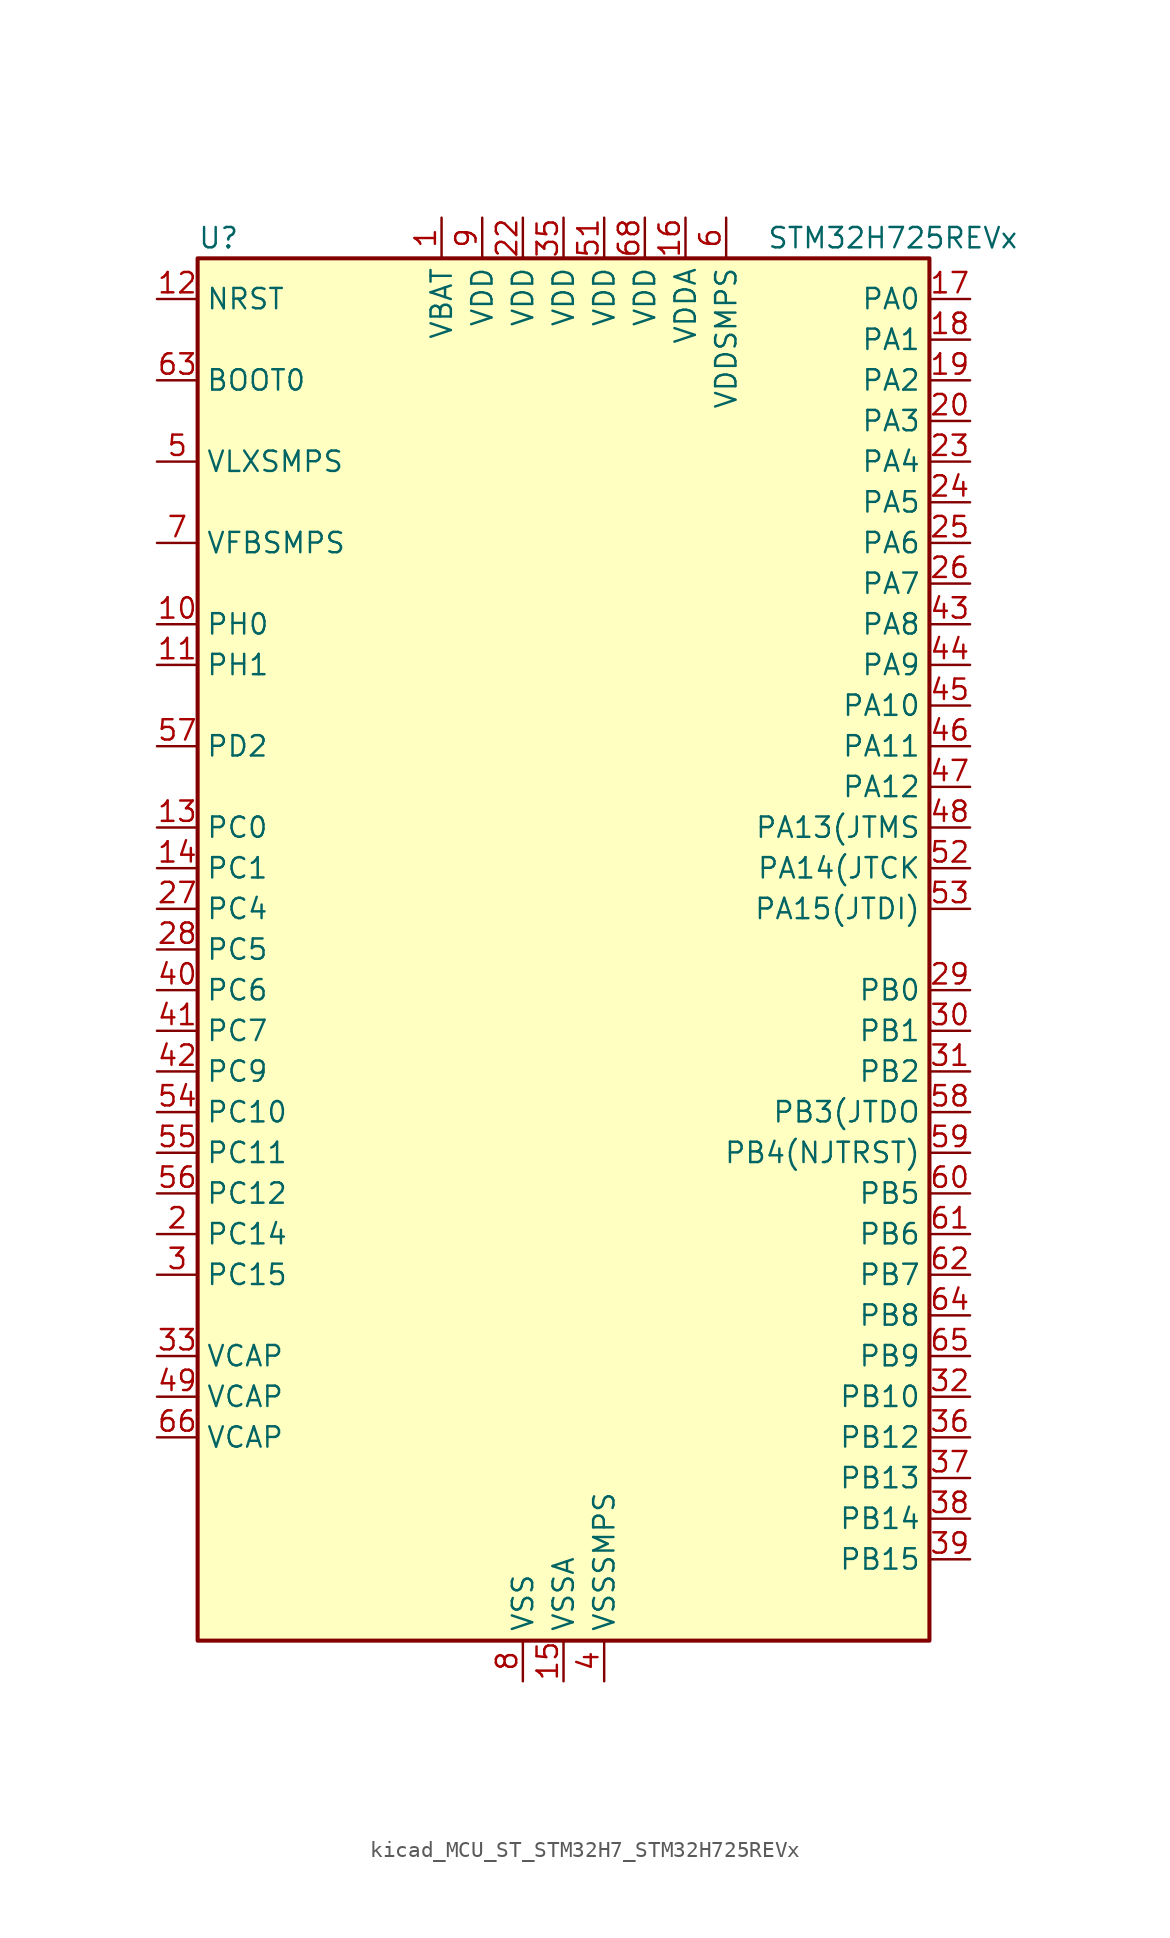
<source format=kicad_sym>
(kicad_symbol_lib
  (version 20220914)
  (generator kicad_symbol_editor)
  (symbol "kicad_MCU_ST_STM32H7_STM32H725REVx"
    (property "Reference" "U"
      (at -22.86 44.45 0)
      (effects (font (size 1.27 1.27)) (justify left)))
    (property "Value" "STM32H725REVx"
      (at 12.7 44.45 0)
      (effects (font (size 1.27 1.27)) (justify left)))
    (property "ki_locked" ""
      (at 0 0 0)
      (effects (font (size 1.27 1.27))))
    (symbol "kicad_MCU_ST_STM32H7_STM32H725REVx_0_1"
      (rectangle (start -22.86 -43.18) (end 22.86 43.18) (stroke (width 0.254) (type default)) (fill (type background))))
    (symbol "kicad_MCU_ST_STM32H7_STM32H725REVx_1_1"
      (pin power_in line (at -7.62 45.72 270) (length 2.54) (name "VBAT" (effects (font (size 1.27 1.27)))) (number "1" (effects (font (size 1.27 1.27)))))
      (pin bidirectional line (at -25.4 20.32 0) (length 2.54) (name "PH0" (effects (font (size 1.27 1.27)))) (number "10" (effects (font (size 1.27 1.27)))) (alternate "RCC_OSC_IN" bidirectional line))
      (pin bidirectional line (at -25.4 17.78 0) (length 2.54) (name "PH1" (effects (font (size 1.27 1.27)))) (number "11" (effects (font (size 1.27 1.27)))) (alternate "RCC_OSC_OUT" bidirectional line))
      (pin input line (at -25.4 40.64 0) (length 2.54) (name "NRST" (effects (font (size 1.27 1.27)))) (number "12" (effects (font (size 1.27 1.27)))))
      (pin bidirectional line (at -25.4 7.62 0) (length 2.54) (name "PC0" (effects (font (size 1.27 1.27)))) (number "13" (effects (font (size 1.27 1.27)))) (alternate "ADC1_INP10" bidirectional line) (alternate "ADC2_INP10" bidirectional line) (alternate "ADC3_INP10" bidirectional line) (alternate "DFSDM1_CKIN0" bidirectional line) (alternate "DFSDM1_DATIN4" bidirectional line) (alternate "LTDC_G2" bidirectional line) (alternate "LTDC_R5" bidirectional line) (alternate "SAI4_FS_B" bidirectional line) (alternate "USB_OTG_HS_ULPI_STP" bidirectional line))
      (pin bidirectional line (at -25.4 5.08 0) (length 2.54) (name "PC1" (effects (font (size 1.27 1.27)))) (number "14" (effects (font (size 1.27 1.27)))) (alternate "ADC1_INN10" bidirectional line) (alternate "ADC1_INP11" bidirectional line) (alternate "ADC2_INN10" bidirectional line) (alternate "ADC2_INP11" bidirectional line) (alternate "ADC3_INN10" bidirectional line) (alternate "ADC3_INP11" bidirectional line) (alternate "DEBUG_TRACED0" bidirectional line) (alternate "DFSDM1_CKIN4" bidirectional line) (alternate "DFSDM1_DATIN0" bidirectional line) (alternate "I2S2_SDO" bidirectional line) (alternate "LTDC_G5" bidirectional line) (alternate "MDIOS_MDC" bidirectional line) (alternate "OCTOSPIM_P1_IO4" bidirectional line) (alternate "PWR_WKUP6" bidirectional line) (alternate "RTC_TAMP3" bidirectional line) (alternate "SAI4_D1" bidirectional line) (alternate "SAI4_SD_A" bidirectional line) (alternate "SDMMC2_CK" bidirectional line) (alternate "SPI2_MOSI" bidirectional line))
      (pin power_in line (at 0 -45.72 90) (length 2.54) (name "VSSA" (effects (font (size 1.27 1.27)))) (number "15" (effects (font (size 1.27 1.27)))))
      (pin power_in line (at 7.62 45.72 270) (length 2.54) (name "VDDA" (effects (font (size 1.27 1.27)))) (number "16" (effects (font (size 1.27 1.27)))))
      (pin bidirectional line (at 25.4 40.64 180) (length 2.54) (name "PA0" (effects (font (size 1.27 1.27)))) (number "17" (effects (font (size 1.27 1.27)))) (alternate "ADC1_INP16" bidirectional line) (alternate "I2S6_WS" bidirectional line) (alternate "PWR_WKUP1" bidirectional line) (alternate "SAI4_SD_B" bidirectional line) (alternate "SDMMC2_CMD" bidirectional line) (alternate "SPI6_NSS" bidirectional line) (alternate "TIM15_BKIN" bidirectional line) (alternate "TIM2_CH1" bidirectional line) (alternate "TIM2_ETR" bidirectional line) (alternate "TIM5_CH1" bidirectional line) (alternate "TIM8_ETR" bidirectional line) (alternate "UART4_TX" bidirectional line) (alternate "USART2_CTS" bidirectional line) (alternate "USART2_NSS" bidirectional line))
      (pin bidirectional line (at 25.4 38.1 180) (length 2.54) (name "PA1" (effects (font (size 1.27 1.27)))) (number "18" (effects (font (size 1.27 1.27)))) (alternate "ADC1_INN16" bidirectional line) (alternate "ADC1_INP17" bidirectional line) (alternate "LPTIM3_OUT" bidirectional line) (alternate "LTDC_R2" bidirectional line) (alternate "OCTOSPIM_P1_DQS" bidirectional line) (alternate "OCTOSPIM_P1_IO3" bidirectional line) (alternate "SAI4_MCLK_B" bidirectional line) (alternate "TIM15_CH1N" bidirectional line) (alternate "TIM2_CH2" bidirectional line) (alternate "TIM5_CH2" bidirectional line) (alternate "UART4_RX" bidirectional line) (alternate "USART2_DE" bidirectional line) (alternate "USART2_RTS" bidirectional line))
      (pin bidirectional line (at 25.4 35.56 180) (length 2.54) (name "PA2" (effects (font (size 1.27 1.27)))) (number "19" (effects (font (size 1.27 1.27)))) (alternate "ADC1_INP14" bidirectional line) (alternate "ADC2_INP14" bidirectional line) (alternate "LPTIM4_OUT" bidirectional line) (alternate "LTDC_R1" bidirectional line) (alternate "MDIOS_MDIO" bidirectional line) (alternate "OCTOSPIM_P1_IO0" bidirectional line) (alternate "PWR_WKUP2" bidirectional line) (alternate "SAI4_SCK_B" bidirectional line) (alternate "TIM15_CH1" bidirectional line) (alternate "TIM2_CH3" bidirectional line) (alternate "TIM5_CH3" bidirectional line) (alternate "USART2_TX" bidirectional line))
      (pin bidirectional line (at -25.4 -17.78 0) (length 2.54) (name "PC14" (effects (font (size 1.27 1.27)))) (number "2" (effects (font (size 1.27 1.27)))) (alternate "RCC_OSC32_IN" bidirectional line))
      (pin bidirectional line (at 25.4 33.02 180) (length 2.54) (name "PA3" (effects (font (size 1.27 1.27)))) (number "20" (effects (font (size 1.27 1.27)))) (alternate "ADC1_INP15" bidirectional line) (alternate "ADC2_INP15" bidirectional line) (alternate "I2S6_MCK" bidirectional line) (alternate "LPTIM5_OUT" bidirectional line) (alternate "LTDC_B2" bidirectional line) (alternate "LTDC_B5" bidirectional line) (alternate "OCTOSPIM_P1_CLK" bidirectional line) (alternate "OCTOSPIM_P1_IO2" bidirectional line) (alternate "TIM15_CH2" bidirectional line) (alternate "TIM2_CH4" bidirectional line) (alternate "TIM5_CH4" bidirectional line) (alternate "USART2_RX" bidirectional line) (alternate "USB_OTG_HS_ULPI_D0" bidirectional line))
      (pin passive line (at -2.54 -45.72 90) (length 2.54) hide (name "VSS" (effects (font (size 1.27 1.27)))) (number "21" (effects (font (size 1.27 1.27)))))
      (pin power_in line (at -2.54 45.72 270) (length 2.54) (name "VDD" (effects (font (size 1.27 1.27)))) (number "22" (effects (font (size 1.27 1.27)))))
      (pin bidirectional line (at 25.4 30.48 180) (length 2.54) (name "PA4" (effects (font (size 1.27 1.27)))) (number "23" (effects (font (size 1.27 1.27)))) (alternate "ADC1_INP18" bidirectional line) (alternate "ADC2_INP18" bidirectional line) (alternate "DAC1_OUT1" bidirectional line) (alternate "DCMI_HSYNC" bidirectional line) (alternate "I2S1_WS" bidirectional line) (alternate "I2S3_WS" bidirectional line) (alternate "I2S6_WS" bidirectional line) (alternate "LTDC_VSYNC" bidirectional line) (alternate "PSSI_DE" bidirectional line) (alternate "SPI1_NSS" bidirectional line) (alternate "SPI3_NSS" bidirectional line) (alternate "SPI6_NSS" bidirectional line) (alternate "TIM5_ETR" bidirectional line) (alternate "USART2_CK" bidirectional line))
      (pin bidirectional line (at 25.4 27.94 180) (length 2.54) (name "PA5" (effects (font (size 1.27 1.27)))) (number "24" (effects (font (size 1.27 1.27)))) (alternate "ADC1_INN18" bidirectional line) (alternate "ADC1_INP19" bidirectional line) (alternate "ADC2_INN18" bidirectional line) (alternate "ADC2_INP19" bidirectional line) (alternate "DAC1_OUT2" bidirectional line) (alternate "I2S1_CK" bidirectional line) (alternate "I2S6_CK" bidirectional line) (alternate "LTDC_R4" bidirectional line) (alternate "PSSI_D14" bidirectional line) (alternate "PWR_NDSTOP2" bidirectional line) (alternate "SPI1_SCK" bidirectional line) (alternate "SPI6_SCK" bidirectional line) (alternate "TIM2_CH1" bidirectional line) (alternate "TIM2_ETR" bidirectional line) (alternate "TIM8_CH1N" bidirectional line) (alternate "USB_OTG_HS_ULPI_CK" bidirectional line))
      (pin bidirectional line (at 25.4 25.4 180) (length 2.54) (name "PA6" (effects (font (size 1.27 1.27)))) (number "25" (effects (font (size 1.27 1.27)))) (alternate "ADC1_INP3" bidirectional line) (alternate "ADC2_INP3" bidirectional line) (alternate "DCMI_PIXCLK" bidirectional line) (alternate "I2S1_SDI" bidirectional line) (alternate "I2S6_SDI" bidirectional line) (alternate "LTDC_G2" bidirectional line) (alternate "MDIOS_MDC" bidirectional line) (alternate "OCTOSPIM_P1_IO3" bidirectional line) (alternate "PSSI_PDCK" bidirectional line) (alternate "SPI1_MISO" bidirectional line) (alternate "SPI6_MISO" bidirectional line) (alternate "TIM13_CH1" bidirectional line) (alternate "TIM1_BKIN" bidirectional line) (alternate "TIM1_BKIN_COMP1" bidirectional line) (alternate "TIM1_BKIN_COMP2" bidirectional line) (alternate "TIM3_CH1" bidirectional line) (alternate "TIM8_BKIN" bidirectional line) (alternate "TIM8_BKIN_COMP1" bidirectional line) (alternate "TIM8_BKIN_COMP2" bidirectional line))
      (pin bidirectional line (at 25.4 22.86 180) (length 2.54) (name "PA7" (effects (font (size 1.27 1.27)))) (number "26" (effects (font (size 1.27 1.27)))) (alternate "ADC1_INN3" bidirectional line) (alternate "ADC1_INP7" bidirectional line) (alternate "ADC2_INN3" bidirectional line) (alternate "ADC2_INP7" bidirectional line) (alternate "I2S1_SDO" bidirectional line) (alternate "I2S6_SDO" bidirectional line) (alternate "LTDC_VSYNC" bidirectional line) (alternate "OCTOSPIM_P1_IO2" bidirectional line) (alternate "OPAMP1_VINM" bidirectional line) (alternate "SPI1_MOSI" bidirectional line) (alternate "SPI6_MOSI" bidirectional line) (alternate "TIM14_CH1" bidirectional line) (alternate "TIM1_CH1N" bidirectional line) (alternate "TIM3_CH2" bidirectional line) (alternate "TIM8_CH1N" bidirectional line))
      (pin bidirectional line (at -25.4 2.54 0) (length 2.54) (name "PC4" (effects (font (size 1.27 1.27)))) (number "27" (effects (font (size 1.27 1.27)))) (alternate "ADC1_INP4" bidirectional line) (alternate "ADC2_INP4" bidirectional line) (alternate "COMP1_INM" bidirectional line) (alternate "DFSDM1_CKIN2" bidirectional line) (alternate "I2S1_MCK" bidirectional line) (alternate "LTDC_R7" bidirectional line) (alternate "OPAMP1_VOUT" bidirectional line) (alternate "SDMMC2_CKIN" bidirectional line) (alternate "SPDIFRX1_IN2" bidirectional line))
      (pin bidirectional line (at -25.4 0 0) (length 2.54) (name "PC5" (effects (font (size 1.27 1.27)))) (number "28" (effects (font (size 1.27 1.27)))) (alternate "ADC1_INN4" bidirectional line) (alternate "ADC1_INP8" bidirectional line) (alternate "ADC2_INN4" bidirectional line) (alternate "ADC2_INP8" bidirectional line) (alternate "COMP1_OUT" bidirectional line) (alternate "DFSDM1_DATIN2" bidirectional line) (alternate "LTDC_DE" bidirectional line) (alternate "OCTOSPIM_P1_DQS" bidirectional line) (alternate "OPAMP1_VINM" bidirectional line) (alternate "PSSI_D15" bidirectional line) (alternate "SAI4_D3" bidirectional line) (alternate "SPDIFRX1_IN3" bidirectional line))
      (pin bidirectional line (at 25.4 -2.54 180) (length 2.54) (name "PB0" (effects (font (size 1.27 1.27)))) (number "29" (effects (font (size 1.27 1.27)))) (alternate "ADC1_INN5" bidirectional line) (alternate "ADC1_INP9" bidirectional line) (alternate "ADC2_INN5" bidirectional line) (alternate "ADC2_INP9" bidirectional line) (alternate "COMP1_INP" bidirectional line) (alternate "DFSDM1_CKOUT" bidirectional line) (alternate "LTDC_G1" bidirectional line) (alternate "LTDC_R3" bidirectional line) (alternate "OCTOSPIM_P1_IO1" bidirectional line) (alternate "OPAMP1_VINP" bidirectional line) (alternate "TIM1_CH2N" bidirectional line) (alternate "TIM3_CH3" bidirectional line) (alternate "TIM8_CH2N" bidirectional line) (alternate "UART4_CTS" bidirectional line) (alternate "USB_OTG_HS_ULPI_D1" bidirectional line))
      (pin bidirectional line (at -25.4 -20.32 0) (length 2.54) (name "PC15" (effects (font (size 1.27 1.27)))) (number "3" (effects (font (size 1.27 1.27)))) (alternate "ADC1_EXTI15" bidirectional line) (alternate "ADC2_EXTI15" bidirectional line) (alternate "ADC3_EXTI15" bidirectional line) (alternate "RCC_OSC32_OUT" bidirectional line))
      (pin bidirectional line (at 25.4 -5.08 180) (length 2.54) (name "PB1" (effects (font (size 1.27 1.27)))) (number "30" (effects (font (size 1.27 1.27)))) (alternate "ADC1_INP5" bidirectional line) (alternate "ADC2_INP5" bidirectional line) (alternate "COMP1_INM" bidirectional line) (alternate "DFSDM1_DATIN1" bidirectional line) (alternate "LTDC_G0" bidirectional line) (alternate "LTDC_R6" bidirectional line) (alternate "OCTOSPIM_P1_IO0" bidirectional line) (alternate "TIM1_CH3N" bidirectional line) (alternate "TIM3_CH4" bidirectional line) (alternate "TIM8_CH3N" bidirectional line) (alternate "USB_OTG_HS_ULPI_D2" bidirectional line))
      (pin bidirectional line (at 25.4 -7.62 180) (length 2.54) (name "PB2" (effects (font (size 1.27 1.27)))) (number "31" (effects (font (size 1.27 1.27)))) (alternate "COMP1_INP" bidirectional line) (alternate "DFSDM1_CKIN1" bidirectional line) (alternate "I2S3_SDO" bidirectional line) (alternate "OCTOSPIM_P1_CLK" bidirectional line) (alternate "OCTOSPIM_P1_DQS" bidirectional line) (alternate "RTC_OUT_ALARM" bidirectional line) (alternate "RTC_OUT_CALIB" bidirectional line) (alternate "SAI4_D1" bidirectional line) (alternate "SAI4_SD_A" bidirectional line) (alternate "SPI3_MOSI" bidirectional line) (alternate "TIM23_ETR" bidirectional line))
      (pin bidirectional line (at 25.4 -27.94 180) (length 2.54) (name "PB10" (effects (font (size 1.27 1.27)))) (number "32" (effects (font (size 1.27 1.27)))) (alternate "DFSDM1_DATIN7" bidirectional line) (alternate "I2C2_SCL" bidirectional line) (alternate "I2S2_CK" bidirectional line) (alternate "LPTIM2_IN1" bidirectional line) (alternate "LTDC_G4" bidirectional line) (alternate "OCTOSPIM_P1_NCS" bidirectional line) (alternate "SPI2_SCK" bidirectional line) (alternate "TIM2_CH3" bidirectional line) (alternate "USART3_TX" bidirectional line) (alternate "USB_OTG_HS_ULPI_D3" bidirectional line))
      (pin power_out line (at -25.4 -25.4 0) (length 2.54) (name "VCAP" (effects (font (size 1.27 1.27)))) (number "33" (effects (font (size 1.27 1.27)))))
      (pin passive line (at -2.54 -45.72 90) (length 2.54) hide (name "VSS" (effects (font (size 1.27 1.27)))) (number "34" (effects (font (size 1.27 1.27)))))
      (pin power_in line (at 0 45.72 270) (length 2.54) (name "VDD" (effects (font (size 1.27 1.27)))) (number "35" (effects (font (size 1.27 1.27)))))
      (pin bidirectional line (at 25.4 -30.48 180) (length 2.54) (name "PB12" (effects (font (size 1.27 1.27)))) (number "36" (effects (font (size 1.27 1.27)))) (alternate "DFSDM1_DATIN1" bidirectional line) (alternate "FDCAN2_RX" bidirectional line) (alternate "I2C2_SMBA" bidirectional line) (alternate "I2S2_WS" bidirectional line) (alternate "OCTOSPIM_P1_IO0" bidirectional line) (alternate "OCTOSPIM_P1_NCLK" bidirectional line) (alternate "SPI2_NSS" bidirectional line) (alternate "TIM1_BKIN" bidirectional line) (alternate "TIM1_BKIN_COMP1" bidirectional line) (alternate "TIM1_BKIN_COMP2" bidirectional line) (alternate "UART5_RX" bidirectional line) (alternate "USART3_CK" bidirectional line) (alternate "USB_OTG_HS_ULPI_D5" bidirectional line))
      (pin bidirectional line (at 25.4 -33.02 180) (length 2.54) (name "PB13" (effects (font (size 1.27 1.27)))) (number "37" (effects (font (size 1.27 1.27)))) (alternate "DCMI_D2" bidirectional line) (alternate "DFSDM1_CKIN1" bidirectional line) (alternate "FDCAN2_TX" bidirectional line) (alternate "I2S2_CK" bidirectional line) (alternate "LPTIM2_OUT" bidirectional line) (alternate "OCTOSPIM_P1_IO2" bidirectional line) (alternate "PSSI_D2" bidirectional line) (alternate "SDMMC1_D0" bidirectional line) (alternate "SPI2_SCK" bidirectional line) (alternate "TIM1_CH1N" bidirectional line) (alternate "UART5_TX" bidirectional line) (alternate "USART3_CTS" bidirectional line) (alternate "USART3_NSS" bidirectional line) (alternate "USB_OTG_HS_ULPI_D6" bidirectional line))
      (pin bidirectional line (at 25.4 -35.56 180) (length 2.54) (name "PB14" (effects (font (size 1.27 1.27)))) (number "38" (effects (font (size 1.27 1.27)))) (alternate "DFSDM1_DATIN2" bidirectional line) (alternate "I2S2_SDI" bidirectional line) (alternate "LTDC_CLK" bidirectional line) (alternate "SDMMC2_D0" bidirectional line) (alternate "SPI2_MISO" bidirectional line) (alternate "TIM12_CH1" bidirectional line) (alternate "TIM1_CH2N" bidirectional line) (alternate "TIM8_CH2N" bidirectional line) (alternate "UART4_DE" bidirectional line) (alternate "UART4_RTS" bidirectional line) (alternate "USART1_TX" bidirectional line) (alternate "USART3_DE" bidirectional line) (alternate "USART3_RTS" bidirectional line))
      (pin bidirectional line (at 25.4 -38.1 180) (length 2.54) (name "PB15" (effects (font (size 1.27 1.27)))) (number "39" (effects (font (size 1.27 1.27)))) (alternate "ADC1_EXTI15" bidirectional line) (alternate "ADC2_EXTI15" bidirectional line) (alternate "ADC3_EXTI15" bidirectional line) (alternate "DFSDM1_CKIN2" bidirectional line) (alternate "I2S2_SDO" bidirectional line) (alternate "LTDC_G7" bidirectional line) (alternate "RTC_REFIN" bidirectional line) (alternate "SDMMC2_D1" bidirectional line) (alternate "SPI2_MOSI" bidirectional line) (alternate "TIM12_CH2" bidirectional line) (alternate "TIM1_CH3N" bidirectional line) (alternate "TIM8_CH3N" bidirectional line) (alternate "UART4_CTS" bidirectional line) (alternate "USART1_RX" bidirectional line))
      (pin power_in line (at 2.54 -45.72 90) (length 2.54) (name "VSSSMPS" (effects (font (size 1.27 1.27)))) (number "4" (effects (font (size 1.27 1.27)))))
      (pin bidirectional line (at -25.4 -2.54 0) (length 2.54) (name "PC6" (effects (font (size 1.27 1.27)))) (number "40" (effects (font (size 1.27 1.27)))) (alternate "DCMI_D0" bidirectional line) (alternate "DFSDM1_CKIN3" bidirectional line) (alternate "I2S2_MCK" bidirectional line) (alternate "LTDC_HSYNC" bidirectional line) (alternate "PSSI_D0" bidirectional line) (alternate "SDMMC1_D0DIR" bidirectional line) (alternate "SDMMC1_D6" bidirectional line) (alternate "SDMMC2_D6" bidirectional line) (alternate "SWPMI1_IO" bidirectional line) (alternate "TIM3_CH1" bidirectional line) (alternate "TIM8_CH1" bidirectional line))
      (pin bidirectional line (at -25.4 -5.08 0) (length 2.54) (name "PC7" (effects (font (size 1.27 1.27)))) (number "41" (effects (font (size 1.27 1.27)))) (alternate "DCMI_D1" bidirectional line) (alternate "DEBUG_TRGIO" bidirectional line) (alternate "DFSDM1_DATIN3" bidirectional line) (alternate "I2S3_MCK" bidirectional line) (alternate "LTDC_G6" bidirectional line) (alternate "PSSI_D1" bidirectional line) (alternate "SDMMC1_D123DIR" bidirectional line) (alternate "SDMMC1_D7" bidirectional line) (alternate "SDMMC2_D7" bidirectional line) (alternate "SWPMI1_TX" bidirectional line) (alternate "TIM3_CH2" bidirectional line) (alternate "TIM8_CH2" bidirectional line))
      (pin bidirectional line (at -25.4 -7.62 0) (length 2.54) (name "PC9" (effects (font (size 1.27 1.27)))) (number "42" (effects (font (size 1.27 1.27)))) (alternate "DAC1_EXTI9" bidirectional line) (alternate "DCMI_D3" bidirectional line) (alternate "I2C3_SDA" bidirectional line) (alternate "I2S_CKIN" bidirectional line) (alternate "LTDC_B2" bidirectional line) (alternate "LTDC_G3" bidirectional line) (alternate "OCTOSPIM_P1_IO0" bidirectional line) (alternate "PSSI_D3" bidirectional line) (alternate "RCC_MCO_2" bidirectional line) (alternate "SDMMC1_D1" bidirectional line) (alternate "SWPMI1_SUSPEND" bidirectional line) (alternate "TIM3_CH4" bidirectional line) (alternate "TIM8_CH4" bidirectional line) (alternate "UART5_CTS" bidirectional line))
      (pin bidirectional line (at 25.4 20.32 180) (length 2.54) (name "PA8" (effects (font (size 1.27 1.27)))) (number "43" (effects (font (size 1.27 1.27)))) (alternate "I2C3_SCL" bidirectional line) (alternate "LTDC_B3" bidirectional line) (alternate "LTDC_R6" bidirectional line) (alternate "RCC_MCO_1" bidirectional line) (alternate "TIM1_CH1" bidirectional line) (alternate "TIM8_BKIN2" bidirectional line) (alternate "TIM8_BKIN2_COMP1" bidirectional line) (alternate "TIM8_BKIN2_COMP2" bidirectional line) (alternate "UART7_RX" bidirectional line) (alternate "USART1_CK" bidirectional line) (alternate "USB_OTG_HS_SOF" bidirectional line))
      (pin bidirectional line (at 25.4 17.78 180) (length 2.54) (name "PA9" (effects (font (size 1.27 1.27)))) (number "44" (effects (font (size 1.27 1.27)))) (alternate "DAC1_EXTI9" bidirectional line) (alternate "DCMI_D0" bidirectional line) (alternate "I2C3_SMBA" bidirectional line) (alternate "I2S2_CK" bidirectional line) (alternate "LPUART1_TX" bidirectional line) (alternate "LTDC_R5" bidirectional line) (alternate "PSSI_D0" bidirectional line) (alternate "SPI2_SCK" bidirectional line) (alternate "TIM1_CH2" bidirectional line) (alternate "USART1_TX" bidirectional line) (alternate "USB_OTG_HS_VBUS" bidirectional line))
      (pin bidirectional line (at 25.4 15.24 180) (length 2.54) (name "PA10" (effects (font (size 1.27 1.27)))) (number "45" (effects (font (size 1.27 1.27)))) (alternate "DCMI_D1" bidirectional line) (alternate "LPUART1_RX" bidirectional line) (alternate "LTDC_B1" bidirectional line) (alternate "LTDC_B4" bidirectional line) (alternate "MDIOS_MDIO" bidirectional line) (alternate "PSSI_D1" bidirectional line) (alternate "TIM1_CH3" bidirectional line) (alternate "USART1_RX" bidirectional line) (alternate "USB_OTG_HS_ID" bidirectional line))
      (pin bidirectional line (at 25.4 12.7 180) (length 2.54) (name "PA11" (effects (font (size 1.27 1.27)))) (number "46" (effects (font (size 1.27 1.27)))) (alternate "ADC1_EXTI11" bidirectional line) (alternate "ADC2_EXTI11" bidirectional line) (alternate "ADC3_EXTI11" bidirectional line) (alternate "FDCAN1_RX" bidirectional line) (alternate "I2S2_WS" bidirectional line) (alternate "LPUART1_CTS" bidirectional line) (alternate "LTDC_R4" bidirectional line) (alternate "SPI2_NSS" bidirectional line) (alternate "TIM1_CH4" bidirectional line) (alternate "UART4_RX" bidirectional line) (alternate "USART1_CTS" bidirectional line) (alternate "USART1_NSS" bidirectional line) (alternate "USB_OTG_HS_DM" bidirectional line))
      (pin bidirectional line (at 25.4 10.16 180) (length 2.54) (name "PA12" (effects (font (size 1.27 1.27)))) (number "47" (effects (font (size 1.27 1.27)))) (alternate "FDCAN1_TX" bidirectional line) (alternate "I2S2_CK" bidirectional line) (alternate "LPUART1_DE" bidirectional line) (alternate "LPUART1_RTS" bidirectional line) (alternate "LTDC_R5" bidirectional line) (alternate "SAI4_FS_B" bidirectional line) (alternate "SPI2_SCK" bidirectional line) (alternate "TIM1_BKIN2" bidirectional line) (alternate "TIM1_ETR" bidirectional line) (alternate "UART4_TX" bidirectional line) (alternate "USART1_DE" bidirectional line) (alternate "USART1_RTS" bidirectional line) (alternate "USB_OTG_HS_DP" bidirectional line))
      (pin bidirectional line (at 25.4 7.62 180) (length 2.54) (name "PA13(JTMS" (effects (font (size 1.27 1.27)))) (number "48" (effects (font (size 1.27 1.27)))) (alternate "DEBUG_JTMS-SWDIO" bidirectional line))
      (pin power_out line (at -25.4 -27.94 0) (length 2.54) (name "VCAP" (effects (font (size 1.27 1.27)))) (number "49" (effects (font (size 1.27 1.27)))))
      (pin power_in line (at -25.4 30.48 0) (length 2.54) (name "VLXSMPS" (effects (font (size 1.27 1.27)))) (number "5" (effects (font (size 1.27 1.27)))))
      (pin passive line (at -2.54 -45.72 90) (length 2.54) hide (name "VSS" (effects (font (size 1.27 1.27)))) (number "50" (effects (font (size 1.27 1.27)))))
      (pin power_in line (at 2.54 45.72 270) (length 2.54) (name "VDD" (effects (font (size 1.27 1.27)))) (number "51" (effects (font (size 1.27 1.27)))))
      (pin bidirectional line (at 25.4 5.08 180) (length 2.54) (name "PA14(JTCK" (effects (font (size 1.27 1.27)))) (number "52" (effects (font (size 1.27 1.27)))) (alternate "DEBUG_JTCK-SWCLK" bidirectional line))
      (pin bidirectional line (at 25.4 2.54 180) (length 2.54) (name "PA15(JTDI)" (effects (font (size 1.27 1.27)))) (number "53" (effects (font (size 1.27 1.27)))) (alternate "ADC1_EXTI15" bidirectional line) (alternate "ADC2_EXTI15" bidirectional line) (alternate "ADC3_EXTI15" bidirectional line) (alternate "CEC" bidirectional line) (alternate "DEBUG_JTDI" bidirectional line) (alternate "I2S1_WS" bidirectional line) (alternate "I2S3_WS" bidirectional line) (alternate "I2S6_WS" bidirectional line) (alternate "LTDC_B6" bidirectional line) (alternate "LTDC_R3" bidirectional line) (alternate "SPI1_NSS" bidirectional line) (alternate "SPI3_NSS" bidirectional line) (alternate "SPI6_NSS" bidirectional line) (alternate "TIM2_CH1" bidirectional line) (alternate "TIM2_ETR" bidirectional line) (alternate "UART4_DE" bidirectional line) (alternate "UART4_RTS" bidirectional line) (alternate "UART7_TX" bidirectional line))
      (pin bidirectional line (at -25.4 -10.16 0) (length 2.54) (name "PC10" (effects (font (size 1.27 1.27)))) (number "54" (effects (font (size 1.27 1.27)))) (alternate "DCMI_D8" bidirectional line) (alternate "DFSDM1_CKIN5" bidirectional line) (alternate "I2S3_CK" bidirectional line) (alternate "LTDC_B1" bidirectional line) (alternate "LTDC_R2" bidirectional line) (alternate "OCTOSPIM_P1_IO1" bidirectional line) (alternate "PSSI_D8" bidirectional line) (alternate "SDMMC1_D2" bidirectional line) (alternate "SPI3_SCK" bidirectional line) (alternate "SWPMI1_RX" bidirectional line) (alternate "UART4_TX" bidirectional line) (alternate "USART3_TX" bidirectional line))
      (pin bidirectional line (at -25.4 -12.7 0) (length 2.54) (name "PC11" (effects (font (size 1.27 1.27)))) (number "55" (effects (font (size 1.27 1.27)))) (alternate "ADC1_EXTI11" bidirectional line) (alternate "ADC2_EXTI11" bidirectional line) (alternate "ADC3_EXTI11" bidirectional line) (alternate "DCMI_D4" bidirectional line) (alternate "DFSDM1_DATIN5" bidirectional line) (alternate "I2S3_SDI" bidirectional line) (alternate "LTDC_B4" bidirectional line) (alternate "OCTOSPIM_P1_NCS" bidirectional line) (alternate "PSSI_D4" bidirectional line) (alternate "SDMMC1_D3" bidirectional line) (alternate "SPI3_MISO" bidirectional line) (alternate "UART4_RX" bidirectional line) (alternate "USART3_RX" bidirectional line))
      (pin bidirectional line (at -25.4 -15.24 0) (length 2.54) (name "PC12" (effects (font (size 1.27 1.27)))) (number "56" (effects (font (size 1.27 1.27)))) (alternate "DCMI_D9" bidirectional line) (alternate "DEBUG_TRACED3" bidirectional line) (alternate "I2S3_SDO" bidirectional line) (alternate "I2S6_CK" bidirectional line) (alternate "LTDC_R6" bidirectional line) (alternate "PSSI_D9" bidirectional line) (alternate "SDMMC1_CK" bidirectional line) (alternate "SPI3_MOSI" bidirectional line) (alternate "SPI6_SCK" bidirectional line) (alternate "TIM15_CH1" bidirectional line) (alternate "UART5_TX" bidirectional line) (alternate "USART3_CK" bidirectional line))
      (pin bidirectional line (at -25.4 12.7 0) (length 2.54) (name "PD2" (effects (font (size 1.27 1.27)))) (number "57" (effects (font (size 1.27 1.27)))) (alternate "DCMI_D11" bidirectional line) (alternate "DEBUG_TRACED2" bidirectional line) (alternate "LTDC_B2" bidirectional line) (alternate "LTDC_B7" bidirectional line) (alternate "PSSI_D11" bidirectional line) (alternate "SDMMC1_CMD" bidirectional line) (alternate "TIM15_BKIN" bidirectional line) (alternate "TIM3_ETR" bidirectional line) (alternate "UART5_RX" bidirectional line))
      (pin bidirectional line (at 25.4 -10.16 180) (length 2.54) (name "PB3(JTDO" (effects (font (size 1.27 1.27)))) (number "58" (effects (font (size 1.27 1.27)))) (alternate "CRS_SYNC" bidirectional line) (alternate "DEBUG_JTDO-SWO" bidirectional line) (alternate "I2S1_CK" bidirectional line) (alternate "I2S3_CK" bidirectional line) (alternate "I2S6_CK" bidirectional line) (alternate "SDMMC2_D2" bidirectional line) (alternate "SPI1_SCK" bidirectional line) (alternate "SPI3_SCK" bidirectional line) (alternate "SPI6_SCK" bidirectional line) (alternate "TIM24_ETR" bidirectional line) (alternate "TIM2_CH2" bidirectional line) (alternate "UART7_RX" bidirectional line))
      (pin bidirectional line (at 25.4 -12.7 180) (length 2.54) (name "PB4(NJTRST)" (effects (font (size 1.27 1.27)))) (number "59" (effects (font (size 1.27 1.27)))) (alternate "DEBUG_JTRST" bidirectional line) (alternate "I2S1_SDI" bidirectional line) (alternate "I2S2_WS" bidirectional line) (alternate "I2S3_SDI" bidirectional line) (alternate "I2S6_SDI" bidirectional line) (alternate "SDMMC2_D3" bidirectional line) (alternate "SPI1_MISO" bidirectional line) (alternate "SPI2_NSS" bidirectional line) (alternate "SPI3_MISO" bidirectional line) (alternate "SPI6_MISO" bidirectional line) (alternate "TIM16_BKIN" bidirectional line) (alternate "TIM3_CH1" bidirectional line) (alternate "UART7_TX" bidirectional line))
      (pin power_in line (at 10.16 45.72 270) (length 2.54) (name "VDDSMPS" (effects (font (size 1.27 1.27)))) (number "6" (effects (font (size 1.27 1.27)))))
      (pin bidirectional line (at 25.4 -15.24 180) (length 2.54) (name "PB5" (effects (font (size 1.27 1.27)))) (number "60" (effects (font (size 1.27 1.27)))) (alternate "DCMI_D10" bidirectional line) (alternate "FDCAN2_RX" bidirectional line) (alternate "I2C1_SMBA" bidirectional line) (alternate "I2C4_SMBA" bidirectional line) (alternate "I2S1_SDO" bidirectional line) (alternate "I2S3_SDO" bidirectional line) (alternate "I2S6_SDO" bidirectional line) (alternate "LTDC_B5" bidirectional line) (alternate "PSSI_D10" bidirectional line) (alternate "SPI1_MOSI" bidirectional line) (alternate "SPI3_MOSI" bidirectional line) (alternate "SPI6_MOSI" bidirectional line) (alternate "TIM17_BKIN" bidirectional line) (alternate "TIM3_CH2" bidirectional line) (alternate "UART5_RX" bidirectional line) (alternate "USB_OTG_HS_ULPI_D7" bidirectional line))
      (pin bidirectional line (at 25.4 -17.78 180) (length 2.54) (name "PB6" (effects (font (size 1.27 1.27)))) (number "61" (effects (font (size 1.27 1.27)))) (alternate "CEC" bidirectional line) (alternate "DCMI_D5" bidirectional line) (alternate "DFSDM1_DATIN5" bidirectional line) (alternate "FDCAN2_TX" bidirectional line) (alternate "I2C1_SCL" bidirectional line) (alternate "I2C4_SCL" bidirectional line) (alternate "LPUART1_TX" bidirectional line) (alternate "OCTOSPIM_P1_NCS" bidirectional line) (alternate "PSSI_D5" bidirectional line) (alternate "TIM16_CH1N" bidirectional line) (alternate "TIM4_CH1" bidirectional line) (alternate "UART5_TX" bidirectional line) (alternate "USART1_TX" bidirectional line))
      (pin bidirectional line (at 25.4 -20.32 180) (length 2.54) (name "PB7" (effects (font (size 1.27 1.27)))) (number "62" (effects (font (size 1.27 1.27)))) (alternate "DCMI_VSYNC" bidirectional line) (alternate "DFSDM1_CKIN5" bidirectional line) (alternate "I2C1_SDA" bidirectional line) (alternate "I2C4_SDA" bidirectional line) (alternate "LPUART1_RX" bidirectional line) (alternate "PSSI_RDY" bidirectional line) (alternate "PWR_PVD_IN" bidirectional line) (alternate "TIM17_CH1N" bidirectional line) (alternate "TIM4_CH2" bidirectional line) (alternate "USART1_RX" bidirectional line))
      (pin input line (at -25.4 35.56 0) (length 2.54) (name "BOOT0" (effects (font (size 1.27 1.27)))) (number "63" (effects (font (size 1.27 1.27)))))
      (pin bidirectional line (at 25.4 -22.86 180) (length 2.54) (name "PB8" (effects (font (size 1.27 1.27)))) (number "64" (effects (font (size 1.27 1.27)))) (alternate "DCMI_D6" bidirectional line) (alternate "DFSDM1_CKIN7" bidirectional line) (alternate "FDCAN1_RX" bidirectional line) (alternate "I2C1_SCL" bidirectional line) (alternate "I2C4_SCL" bidirectional line) (alternate "LTDC_B6" bidirectional line) (alternate "PSSI_D6" bidirectional line) (alternate "SDMMC1_CKIN" bidirectional line) (alternate "SDMMC1_D4" bidirectional line) (alternate "SDMMC2_D4" bidirectional line) (alternate "TIM16_CH1" bidirectional line) (alternate "TIM4_CH3" bidirectional line) (alternate "UART4_RX" bidirectional line))
      (pin bidirectional line (at 25.4 -25.4 180) (length 2.54) (name "PB9" (effects (font (size 1.27 1.27)))) (number "65" (effects (font (size 1.27 1.27)))) (alternate "DAC1_EXTI9" bidirectional line) (alternate "DCMI_D7" bidirectional line) (alternate "DFSDM1_DATIN7" bidirectional line) (alternate "FDCAN1_TX" bidirectional line) (alternate "I2C1_SDA" bidirectional line) (alternate "I2C4_SDA" bidirectional line) (alternate "I2C4_SMBA" bidirectional line) (alternate "I2S2_WS" bidirectional line) (alternate "LTDC_B7" bidirectional line) (alternate "PSSI_D7" bidirectional line) (alternate "SDMMC1_CDIR" bidirectional line) (alternate "SDMMC1_D5" bidirectional line) (alternate "SDMMC2_D5" bidirectional line) (alternate "SPI2_NSS" bidirectional line) (alternate "TIM17_CH1" bidirectional line) (alternate "TIM4_CH4" bidirectional line) (alternate "UART4_TX" bidirectional line))
      (pin power_out line (at -25.4 -30.48 0) (length 2.54) (name "VCAP" (effects (font (size 1.27 1.27)))) (number "66" (effects (font (size 1.27 1.27)))))
      (pin passive line (at -2.54 -45.72 90) (length 2.54) hide (name "VSS" (effects (font (size 1.27 1.27)))) (number "67" (effects (font (size 1.27 1.27)))))
      (pin power_in line (at 5.08 45.72 270) (length 2.54) (name "VDD" (effects (font (size 1.27 1.27)))) (number "68" (effects (font (size 1.27 1.27)))))
      (pin passive line (at -2.54 -45.72 90) (length 2.54) hide (name "VSS" (effects (font (size 1.27 1.27)))) (number "69" (effects (font (size 1.27 1.27)))))
      (pin input line (at -25.4 25.4 0) (length 2.54) (name "VFBSMPS" (effects (font (size 1.27 1.27)))) (number "7" (effects (font (size 1.27 1.27)))))
      (pin power_in line (at -2.54 -45.72 90) (length 2.54) (name "VSS" (effects (font (size 1.27 1.27)))) (number "8" (effects (font (size 1.27 1.27)))))
      (pin power_in line (at -5.08 45.72 270) (length 2.54) (name "VDD" (effects (font (size 1.27 1.27)))) (number "9" (effects (font (size 1.27 1.27))))))))
</source>
